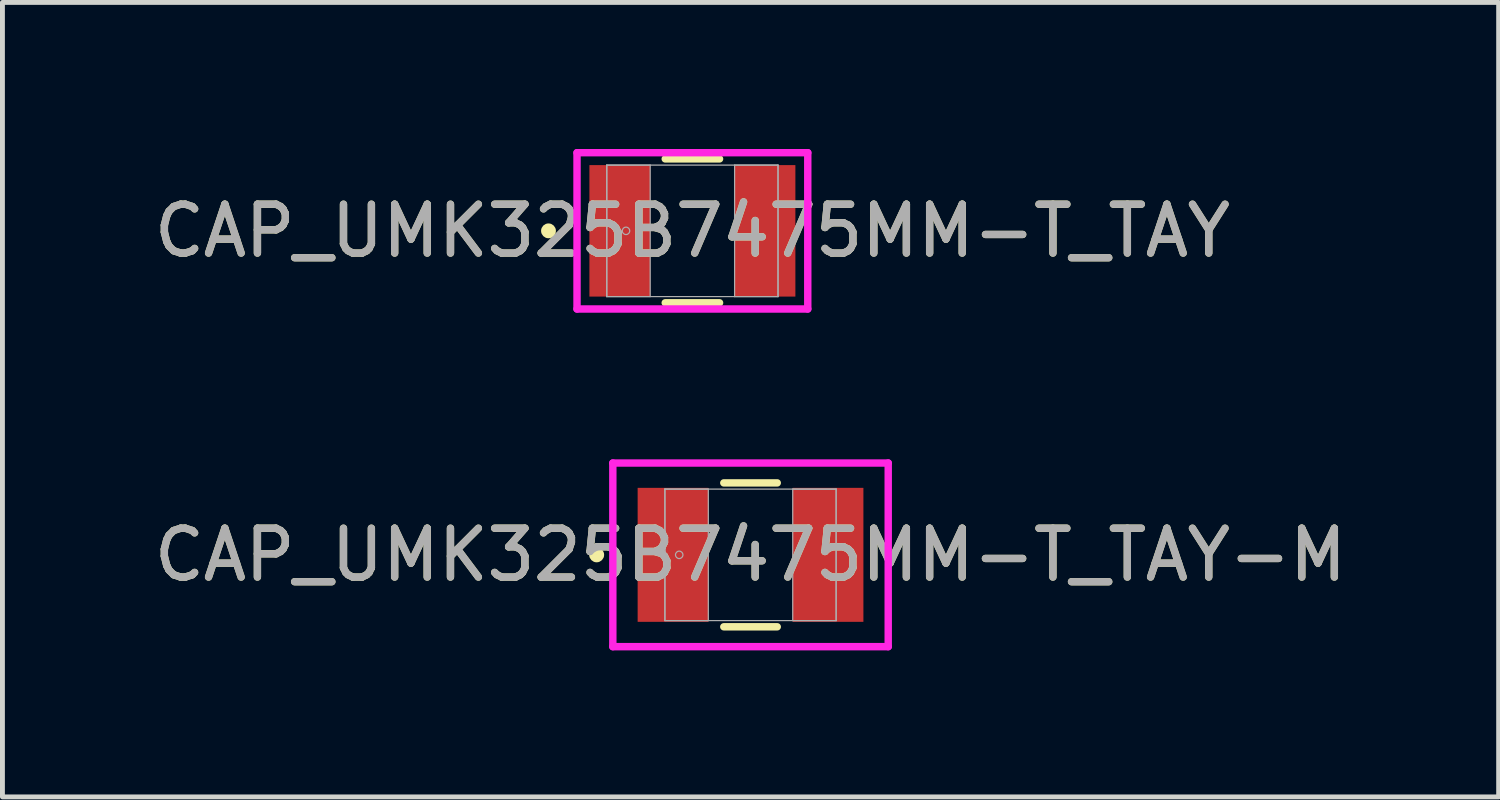
<source format=kicad_pcb>
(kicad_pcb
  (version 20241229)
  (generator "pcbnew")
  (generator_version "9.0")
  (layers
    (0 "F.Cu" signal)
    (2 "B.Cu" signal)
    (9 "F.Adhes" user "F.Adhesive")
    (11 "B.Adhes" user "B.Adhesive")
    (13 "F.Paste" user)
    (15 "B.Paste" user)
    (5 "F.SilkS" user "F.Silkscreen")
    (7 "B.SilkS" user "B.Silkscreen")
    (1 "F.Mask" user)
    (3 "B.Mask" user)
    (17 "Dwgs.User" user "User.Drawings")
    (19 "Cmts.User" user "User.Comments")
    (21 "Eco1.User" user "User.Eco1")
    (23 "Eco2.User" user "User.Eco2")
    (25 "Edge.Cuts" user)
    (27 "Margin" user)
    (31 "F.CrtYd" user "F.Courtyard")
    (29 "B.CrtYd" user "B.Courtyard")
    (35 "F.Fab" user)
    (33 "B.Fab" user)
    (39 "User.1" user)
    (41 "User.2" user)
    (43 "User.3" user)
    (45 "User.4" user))
  (footprint "CAP_UMK325B7475MM-T_TAY"
    (layer "F.Cu")
    (at 11.125 1.676)
    (property "Reference" "CAP_UMK325B7475MM-T_TAY" (at 0 0 0) (unlocked yes) (layer "F.SilkS") (effects (font (size 1 1) (thickness 0.15))))
    (attr smd)
    (fp_line (start -0.556 1.473) (end 0.556 1.473) (stroke (width 0.152) (type solid)) (layer "F.SilkS"))
    (fp_line (start 0.556 -1.473) (end -0.556 -1.473) (stroke (width 0.152) (type solid)) (layer "F.SilkS"))
    (fp_circle (center -2.946 0) (end -2.87 0) (stroke (width 0.152) (type solid)) (fill no) (layer "F.SilkS"))
    (fp_line (start -2.362 -1.6) (end 2.362 -1.6) (stroke (width 0.152) (type solid)) (layer "F.CrtYd"))
    (fp_line (start -2.362 1.6) (end -2.362 -1.6) (stroke (width 0.152) (type solid)) (layer "F.CrtYd"))
    (fp_line (start 2.362 -1.6) (end 2.362 1.6) (stroke (width 0.152) (type solid)) (layer "F.CrtYd"))
    (fp_line (start 2.362 1.6) (end -2.362 1.6) (stroke (width 0.152) (type solid)) (layer "F.CrtYd"))
    (fp_line (start -1.753 -1.346) (end -1.753 1.346) (stroke (width 0.025) (type solid)) (layer "F.Fab"))
    (fp_line (start -1.753 -1.346) (end -1.753 1.346) (stroke (width 0.025) (type solid)) (layer "F.Fab"))
    (fp_line (start -1.753 1.346) (end -0.864 1.346) (stroke (width 0.025) (type solid)) (layer "F.Fab"))
    (fp_line (start -1.753 1.346) (end 1.753 1.346) (stroke (width 0.025) (type solid)) (layer "F.Fab"))
    (fp_line (start -0.864 -1.346) (end -1.753 -1.346) (stroke (width 0.025) (type solid)) (layer "F.Fab"))
    (fp_line (start -0.864 1.346) (end -0.864 -1.346) (stroke (width 0.025) (type solid)) (layer "F.Fab"))
    (fp_line (start 0.864 -1.346) (end 0.864 1.346) (stroke (width 0.025) (type solid)) (layer "F.Fab"))
    (fp_line (start 0.864 1.346) (end 1.753 1.346) (stroke (width 0.025) (type solid)) (layer "F.Fab"))
    (fp_line (start 1.753 -1.346) (end -1.753 -1.346) (stroke (width 0.025) (type solid)) (layer "F.Fab"))
    (fp_line (start 1.753 -1.346) (end 0.864 -1.346) (stroke (width 0.025) (type solid)) (layer "F.Fab"))
    (fp_line (start 1.753 1.346) (end 1.753 -1.346) (stroke (width 0.025) (type solid)) (layer "F.Fab"))
    (fp_line (start 1.753 1.346) (end 1.753 -1.346) (stroke (width 0.025) (type solid)) (layer "F.Fab"))
    (fp_circle (center -1.359 0) (end -1.283 0) (stroke (width 0.025) (type solid)) (fill no) (layer "F.Fab"))
    (fp_text user "${REFERENCE}" (at 0 0 0) (unlocked yes) (layer "F.Fab") (effects (font (size 1 1) (thickness 0.15))))
    (pad "1" smd rect (at -1.486 0) (size 1.245 2.692) (layers "F.Cu" "F.Mask" "F.Paste"))
    (pad "2" smd rect (at 1.486 0) (size 1.245 2.692) (layers "F.Cu" "F.Mask" "F.Paste"))
    (zone (net_name "") (layer "F.Cu") (hatch full 0.508) (connect_pads) (min_thickness 0.254) (filled_areas_thickness no) (keepout (tracks not_allowed) (vias not_allowed) (pads allowed) (copperpour not_allowed) (footprints allowed)) (placement (enabled no)) (fill) (polygon (pts (xy 10.312 0.381) (xy 11.938 0.381) (xy 11.938 2.972) (xy 10.312 2.972)))))
  (footprint "CAP_UMK325B7475MM-T_TAY-M"
    (layer "F.Cu")
    (at 12.315 8.309)
    (property "Reference" "CAP_UMK325B7475MM-T_TAY-M" (at 0 0 0) (unlocked yes) (layer "F.SilkS") (effects (font (size 1 1) (thickness 0.15))))
    (attr smd)
    (fp_line (start -0.547 1.473) (end 0.547 1.473) (stroke (width 0.152) (type solid)) (layer "F.SilkS"))
    (fp_line (start 0.547 -1.473) (end -0.547 -1.473) (stroke (width 0.152) (type solid)) (layer "F.SilkS"))
    (fp_circle (center -3.15 0) (end -3.073 0) (stroke (width 0.152) (type solid)) (fill no) (layer "F.SilkS"))
    (fp_line (start -2.819 -1.88) (end 2.819 -1.88) (stroke (width 0.152) (type solid)) (layer "F.CrtYd"))
    (fp_line (start -2.819 1.88) (end -2.819 -1.88) (stroke (width 0.152) (type solid)) (layer "F.CrtYd"))
    (fp_line (start 2.819 -1.88) (end 2.819 1.88) (stroke (width 0.152) (type solid)) (layer "F.CrtYd"))
    (fp_line (start 2.819 1.88) (end -2.819 1.88) (stroke (width 0.152) (type solid)) (layer "F.CrtYd"))
    (fp_line (start -1.753 -1.346) (end -1.753 1.346) (stroke (width 0.025) (type solid)) (layer "F.Fab"))
    (fp_line (start -1.753 -1.346) (end -1.753 1.346) (stroke (width 0.025) (type solid)) (layer "F.Fab"))
    (fp_line (start -1.753 1.346) (end -0.864 1.346) (stroke (width 0.025) (type solid)) (layer "F.Fab"))
    (fp_line (start -1.753 1.346) (end 1.753 1.346) (stroke (width 0.025) (type solid)) (layer "F.Fab"))
    (fp_line (start -0.864 -1.346) (end -1.753 -1.346) (stroke (width 0.025) (type solid)) (layer "F.Fab"))
    (fp_line (start -0.864 1.346) (end -0.864 -1.346) (stroke (width 0.025) (type solid)) (layer "F.Fab"))
    (fp_line (start 0.864 -1.346) (end 0.864 1.346) (stroke (width 0.025) (type solid)) (layer "F.Fab"))
    (fp_line (start 0.864 1.346) (end 1.753 1.346) (stroke (width 0.025) (type solid)) (layer "F.Fab"))
    (fp_line (start 1.753 -1.346) (end -1.753 -1.346) (stroke (width 0.025) (type solid)) (layer "F.Fab"))
    (fp_line (start 1.753 -1.346) (end 0.864 -1.346) (stroke (width 0.025) (type solid)) (layer "F.Fab"))
    (fp_line (start 1.753 1.346) (end 1.753 -1.346) (stroke (width 0.025) (type solid)) (layer "F.Fab"))
    (fp_line (start 1.753 1.346) (end 1.753 -1.346) (stroke (width 0.025) (type solid)) (layer "F.Fab"))
    (fp_circle (center -1.46 0) (end -1.384 0) (stroke (width 0.025) (type solid)) (fill no) (layer "F.Fab"))
    (fp_text user "${REFERENCE}" (at 0 0 0) (unlocked yes) (layer "F.Fab") (effects (font (size 1 1) (thickness 0.15))))
    (pad "1" smd rect (at -1.587 0) (size 1.448 2.743) (layers "F.Cu" "F.Mask" "F.Paste"))
    (pad "2" smd rect (at 1.587 0) (size 1.448 2.743) (layers "F.Cu" "F.Mask" "F.Paste"))
    (zone (net_name "") (layer "F.Cu") (hatch full 0.508) (connect_pads) (min_thickness 0.254) (filled_areas_thickness no) (keepout (tracks not_allowed) (vias not_allowed) (pads allowed) (copperpour not_allowed) (footprints allowed)) (placement (enabled no)) (fill) (polygon (pts (xy 11.503 7.013) (xy 13.128 7.013) (xy 13.128 9.604) (xy 11.503 9.604)))))
  (gr_rect
    (start -3 -3)
    (end 27.631 13.264)
    (stroke (width 0.1) (type default))
    (fill no)
    (layer "Edge.Cuts")))
</source>
